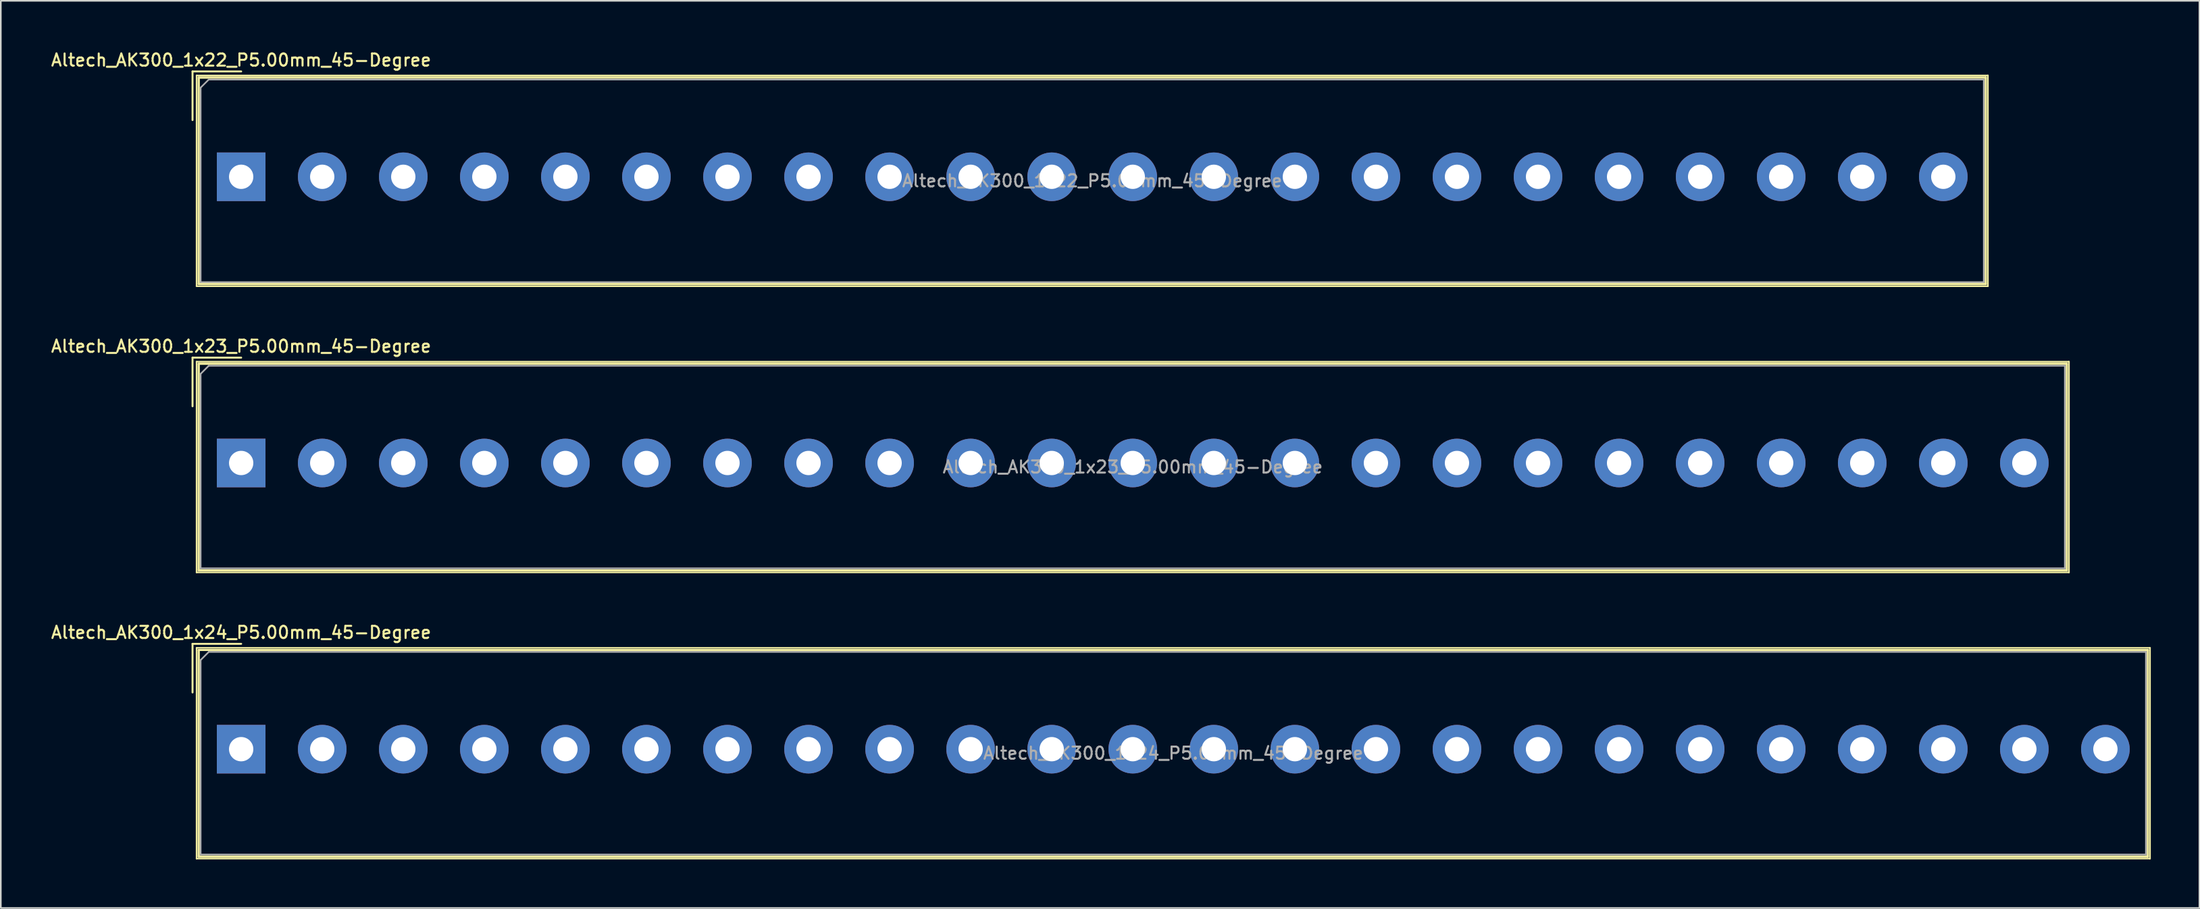
<source format=kicad_pcb>
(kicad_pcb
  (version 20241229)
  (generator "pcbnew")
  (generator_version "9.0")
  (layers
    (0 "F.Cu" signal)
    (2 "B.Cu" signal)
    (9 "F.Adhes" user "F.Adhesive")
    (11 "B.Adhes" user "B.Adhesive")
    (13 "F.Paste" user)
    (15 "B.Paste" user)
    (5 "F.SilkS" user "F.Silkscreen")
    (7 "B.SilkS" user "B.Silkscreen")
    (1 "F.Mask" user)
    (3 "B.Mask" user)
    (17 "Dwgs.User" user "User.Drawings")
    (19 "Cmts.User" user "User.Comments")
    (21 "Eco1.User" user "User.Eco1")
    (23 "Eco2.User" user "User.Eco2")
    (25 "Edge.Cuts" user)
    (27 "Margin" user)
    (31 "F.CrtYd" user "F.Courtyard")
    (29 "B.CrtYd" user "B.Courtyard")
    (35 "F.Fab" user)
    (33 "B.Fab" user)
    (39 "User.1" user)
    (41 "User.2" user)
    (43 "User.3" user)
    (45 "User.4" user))
  (footprint "Altech_AK300_1x22_P5.00mm_45-Degree"
    (layer "F.Cu")
    (at 11.827 7.858)
    (property "Reference" "Altech_AK300_1x22_P5.00mm_45-Degree" (at 0 -7.2 0) (layer "F.SilkS") (effects (font (size 0.75 0.75) (thickness 0.125))))
    (attr through_hole)
    (fp_line (start -3 -6.5) (end 0 -6.5) (stroke (width 0.12) (type solid)) (layer "F.SilkS"))
    (fp_line (start -3 -3.5) (end -3 -6.5) (stroke (width 0.12) (type solid)) (layer "F.SilkS"))
    (fp_line (start -2.75 -6.25) (end -2.75 6.75) (stroke (width 0.1) (type solid)) (layer "F.SilkS"))
    (fp_line (start -2.75 -6.25) (end 107.75 -6.25) (stroke (width 0.1) (type solid)) (layer "F.SilkS"))
    (fp_line (start -2.75 6.75) (end 107.75 6.75) (stroke (width 0.1) (type solid)) (layer "F.SilkS"))
    (fp_line (start -2.62 -6.12) (end -2.62 6.62) (stroke (width 0.12) (type solid)) (layer "F.SilkS"))
    (fp_line (start -2.62 -6.12) (end -2.62 6.62) (stroke (width 0.12) (type solid)) (layer "F.SilkS"))
    (fp_line (start -2.62 -6.12) (end 107.62 -6.12) (stroke (width 0.12) (type solid)) (layer "F.SilkS"))
    (fp_line (start -2.62 -6.12) (end 107.62 -6.12) (stroke (width 0.12) (type solid)) (layer "F.SilkS"))
    (fp_line (start -2.62 6.62) (end 107.62 6.62) (stroke (width 0.12) (type solid)) (layer "F.SilkS"))
    (fp_line (start -2.62 6.62) (end 107.62 6.62) (stroke (width 0.12) (type solid)) (layer "F.SilkS"))
    (fp_line (start 107.62 -6.12) (end 107.62 6.62) (stroke (width 0.12) (type solid)) (layer "F.SilkS"))
    (fp_line (start 107.62 -6.12) (end 107.62 6.62) (stroke (width 0.12) (type solid)) (layer "F.SilkS"))
    (fp_line (start 107.75 -6.25) (end 107.75 6.75) (stroke (width 0.1) (type solid)) (layer "F.SilkS"))
    (fp_line (start -2.5 -5.5) (end -2 -6) (stroke (width 0.1) (type solid)) (layer "F.Fab"))
    (fp_line (start -2.5 6.5) (end -2.5 -5.5) (stroke (width 0.1) (type solid)) (layer "F.Fab"))
    (fp_line (start -2 -6) (end 107.5 -6) (stroke (width 0.1) (type solid)) (layer "F.Fab"))
    (fp_line (start 107.5 -6) (end 107.5 6.5) (stroke (width 0.1) (type solid)) (layer "F.Fab"))
    (fp_line (start 107.5 6.5) (end -2.5 6.5) (stroke (width 0.1) (type solid)) (layer "F.Fab"))
    (fp_text user "${REFERENCE}" (at 52.5 0.25 0) (layer "F.Fab") (effects (font (size 0.75 0.75) (thickness 0.125))))
    (pad "1" thru_hole rect (at 0 0) (size 3 3) (drill 1.5) (layers "*.Cu" "*.Mask"))
    (pad "2" thru_hole circle (at 5 0) (size 3 3) (drill 1.5) (layers "*.Cu" "*.Mask"))
    (pad "3" thru_hole circle (at 10 0) (size 3 3) (drill 1.5) (layers "*.Cu" "*.Mask"))
    (pad "4" thru_hole circle (at 15 0) (size 3 3) (drill 1.5) (layers "*.Cu" "*.Mask"))
    (pad "5" thru_hole circle (at 20 0) (size 3 3) (drill 1.5) (layers "*.Cu" "*.Mask"))
    (pad "6" thru_hole circle (at 25 0) (size 3 3) (drill 1.5) (layers "*.Cu" "*.Mask"))
    (pad "7" thru_hole circle (at 30 0) (size 3 3) (drill 1.5) (layers "*.Cu" "*.Mask"))
    (pad "8" thru_hole circle (at 35 0) (size 3 3) (drill 1.5) (layers "*.Cu" "*.Mask"))
    (pad "9" thru_hole circle (at 40 0) (size 3 3) (drill 1.5) (layers "*.Cu" "*.Mask"))
    (pad "10" thru_hole circle (at 45 0) (size 3 3) (drill 1.5) (layers "*.Cu" "*.Mask"))
    (pad "11" thru_hole circle (at 50 0) (size 3 3) (drill 1.5) (layers "*.Cu" "*.Mask"))
    (pad "12" thru_hole circle (at 55 0) (size 3 3) (drill 1.5) (layers "*.Cu" "*.Mask"))
    (pad "13" thru_hole circle (at 60 0) (size 3 3) (drill 1.5) (layers "*.Cu" "*.Mask"))
    (pad "14" thru_hole circle (at 65 0) (size 3 3) (drill 1.5) (layers "*.Cu" "*.Mask"))
    (pad "15" thru_hole circle (at 70 0) (size 3 3) (drill 1.5) (layers "*.Cu" "*.Mask"))
    (pad "16" thru_hole circle (at 75 0) (size 3 3) (drill 1.5) (layers "*.Cu" "*.Mask"))
    (pad "17" thru_hole circle (at 80 0) (size 3 3) (drill 1.5) (layers "*.Cu" "*.Mask"))
    (pad "18" thru_hole circle (at 85 0) (size 3 3) (drill 1.5) (layers "*.Cu" "*.Mask"))
    (pad "19" thru_hole circle (at 90 0) (size 3 3) (drill 1.5) (layers "*.Cu" "*.Mask"))
    (pad "20" thru_hole circle (at 95 0) (size 3 3) (drill 1.5) (layers "*.Cu" "*.Mask"))
    (pad "21" thru_hole circle (at 100 0) (size 3 3) (drill 1.5) (layers "*.Cu" "*.Mask"))
    (pad "22" thru_hole circle (at 105 0) (size 3 3) (drill 1.5) (layers "*.Cu" "*.Mask")))
  (footprint "Altech_AK300_1x23_P5.00mm_45-Degree"
    (layer "F.Cu")
    (at 11.827 25.516)
    (property "Reference" "Altech_AK300_1x23_P5.00mm_45-Degree" (at 0 -7.2 0) (layer "F.SilkS") (effects (font (size 0.75 0.75) (thickness 0.125))))
    (attr through_hole)
    (fp_line (start -3 -6.5) (end 0 -6.5) (stroke (width 0.12) (type solid)) (layer "F.SilkS"))
    (fp_line (start -3 -3.5) (end -3 -6.5) (stroke (width 0.12) (type solid)) (layer "F.SilkS"))
    (fp_line (start -2.75 -6.25) (end -2.75 6.75) (stroke (width 0.1) (type solid)) (layer "F.SilkS"))
    (fp_line (start -2.75 -6.25) (end 112.75 -6.25) (stroke (width 0.1) (type solid)) (layer "F.SilkS"))
    (fp_line (start -2.75 6.75) (end 112.75 6.75) (stroke (width 0.1) (type solid)) (layer "F.SilkS"))
    (fp_line (start -2.62 -6.12) (end -2.62 6.62) (stroke (width 0.12) (type solid)) (layer "F.SilkS"))
    (fp_line (start -2.62 -6.12) (end -2.62 6.62) (stroke (width 0.12) (type solid)) (layer "F.SilkS"))
    (fp_line (start -2.62 -6.12) (end 112.62 -6.12) (stroke (width 0.12) (type solid)) (layer "F.SilkS"))
    (fp_line (start -2.62 -6.12) (end 112.62 -6.12) (stroke (width 0.12) (type solid)) (layer "F.SilkS"))
    (fp_line (start -2.62 6.62) (end 112.62 6.62) (stroke (width 0.12) (type solid)) (layer "F.SilkS"))
    (fp_line (start -2.62 6.62) (end 112.62 6.62) (stroke (width 0.12) (type solid)) (layer "F.SilkS"))
    (fp_line (start 112.62 -6.12) (end 112.62 6.62) (stroke (width 0.12) (type solid)) (layer "F.SilkS"))
    (fp_line (start 112.62 -6.12) (end 112.62 6.62) (stroke (width 0.12) (type solid)) (layer "F.SilkS"))
    (fp_line (start 112.75 -6.25) (end 112.75 6.75) (stroke (width 0.1) (type solid)) (layer "F.SilkS"))
    (fp_line (start -2.5 -5.5) (end -2 -6) (stroke (width 0.1) (type solid)) (layer "F.Fab"))
    (fp_line (start -2.5 6.5) (end -2.5 -5.5) (stroke (width 0.1) (type solid)) (layer "F.Fab"))
    (fp_line (start -2 -6) (end 112.5 -6) (stroke (width 0.1) (type solid)) (layer "F.Fab"))
    (fp_line (start 112.5 -6) (end 112.5 6.5) (stroke (width 0.1) (type solid)) (layer "F.Fab"))
    (fp_line (start 112.5 6.5) (end -2.5 6.5) (stroke (width 0.1) (type solid)) (layer "F.Fab"))
    (fp_text user "${REFERENCE}" (at 55 0.25 0) (layer "F.Fab") (effects (font (size 0.75 0.75) (thickness 0.125))))
    (pad "1" thru_hole rect (at 0 0) (size 3 3) (drill 1.5) (layers "*.Cu" "*.Mask"))
    (pad "2" thru_hole circle (at 5 0) (size 3 3) (drill 1.5) (layers "*.Cu" "*.Mask"))
    (pad "3" thru_hole circle (at 10 0) (size 3 3) (drill 1.5) (layers "*.Cu" "*.Mask"))
    (pad "4" thru_hole circle (at 15 0) (size 3 3) (drill 1.5) (layers "*.Cu" "*.Mask"))
    (pad "5" thru_hole circle (at 20 0) (size 3 3) (drill 1.5) (layers "*.Cu" "*.Mask"))
    (pad "6" thru_hole circle (at 25 0) (size 3 3) (drill 1.5) (layers "*.Cu" "*.Mask"))
    (pad "7" thru_hole circle (at 30 0) (size 3 3) (drill 1.5) (layers "*.Cu" "*.Mask"))
    (pad "8" thru_hole circle (at 35 0) (size 3 3) (drill 1.5) (layers "*.Cu" "*.Mask"))
    (pad "9" thru_hole circle (at 40 0) (size 3 3) (drill 1.5) (layers "*.Cu" "*.Mask"))
    (pad "10" thru_hole circle (at 45 0) (size 3 3) (drill 1.5) (layers "*.Cu" "*.Mask"))
    (pad "11" thru_hole circle (at 50 0) (size 3 3) (drill 1.5) (layers "*.Cu" "*.Mask"))
    (pad "12" thru_hole circle (at 55 0) (size 3 3) (drill 1.5) (layers "*.Cu" "*.Mask"))
    (pad "13" thru_hole circle (at 60 0) (size 3 3) (drill 1.5) (layers "*.Cu" "*.Mask"))
    (pad "14" thru_hole circle (at 65 0) (size 3 3) (drill 1.5) (layers "*.Cu" "*.Mask"))
    (pad "15" thru_hole circle (at 70 0) (size 3 3) (drill 1.5) (layers "*.Cu" "*.Mask"))
    (pad "16" thru_hole circle (at 75 0) (size 3 3) (drill 1.5) (layers "*.Cu" "*.Mask"))
    (pad "17" thru_hole circle (at 80 0) (size 3 3) (drill 1.5) (layers "*.Cu" "*.Mask"))
    (pad "18" thru_hole circle (at 85 0) (size 3 3) (drill 1.5) (layers "*.Cu" "*.Mask"))
    (pad "19" thru_hole circle (at 90 0) (size 3 3) (drill 1.5) (layers "*.Cu" "*.Mask"))
    (pad "20" thru_hole circle (at 95 0) (size 3 3) (drill 1.5) (layers "*.Cu" "*.Mask"))
    (pad "21" thru_hole circle (at 100 0) (size 3 3) (drill 1.5) (layers "*.Cu" "*.Mask"))
    (pad "22" thru_hole circle (at 105 0) (size 3 3) (drill 1.5) (layers "*.Cu" "*.Mask"))
    (pad "23" thru_hole circle (at 110 0) (size 3 3) (drill 1.5) (layers "*.Cu" "*.Mask")))
  (footprint "Altech_AK300_1x24_P5.00mm_45-Degree"
    (layer "F.Cu")
    (at 11.827 43.174)
    (property "Reference" "Altech_AK300_1x24_P5.00mm_45-Degree" (at 0 -7.2 0) (layer "F.SilkS") (effects (font (size 0.75 0.75) (thickness 0.125))))
    (attr through_hole)
    (fp_line (start -3 -6.5) (end 0 -6.5) (stroke (width 0.12) (type solid)) (layer "F.SilkS"))
    (fp_line (start -3 -3.5) (end -3 -6.5) (stroke (width 0.12) (type solid)) (layer "F.SilkS"))
    (fp_line (start -2.75 -6.25) (end -2.75 6.75) (stroke (width 0.1) (type solid)) (layer "F.SilkS"))
    (fp_line (start -2.75 -6.25) (end 117.75 -6.25) (stroke (width 0.1) (type solid)) (layer "F.SilkS"))
    (fp_line (start -2.75 6.75) (end 117.75 6.75) (stroke (width 0.1) (type solid)) (layer "F.SilkS"))
    (fp_line (start -2.62 -6.12) (end -2.62 6.62) (stroke (width 0.12) (type solid)) (layer "F.SilkS"))
    (fp_line (start -2.62 -6.12) (end -2.62 6.62) (stroke (width 0.12) (type solid)) (layer "F.SilkS"))
    (fp_line (start -2.62 -6.12) (end 117.62 -6.12) (stroke (width 0.12) (type solid)) (layer "F.SilkS"))
    (fp_line (start -2.62 -6.12) (end 117.62 -6.12) (stroke (width 0.12) (type solid)) (layer "F.SilkS"))
    (fp_line (start -2.62 6.62) (end 117.62 6.62) (stroke (width 0.12) (type solid)) (layer "F.SilkS"))
    (fp_line (start -2.62 6.62) (end 117.62 6.62) (stroke (width 0.12) (type solid)) (layer "F.SilkS"))
    (fp_line (start 117.62 -6.12) (end 117.62 6.62) (stroke (width 0.12) (type solid)) (layer "F.SilkS"))
    (fp_line (start 117.62 -6.12) (end 117.62 6.62) (stroke (width 0.12) (type solid)) (layer "F.SilkS"))
    (fp_line (start 117.75 -6.25) (end 117.75 6.75) (stroke (width 0.1) (type solid)) (layer "F.SilkS"))
    (fp_line (start -2.5 -5.5) (end -2 -6) (stroke (width 0.1) (type solid)) (layer "F.Fab"))
    (fp_line (start -2.5 6.5) (end -2.5 -5.5) (stroke (width 0.1) (type solid)) (layer "F.Fab"))
    (fp_line (start -2 -6) (end 117.5 -6) (stroke (width 0.1) (type solid)) (layer "F.Fab"))
    (fp_line (start 117.5 -6) (end 117.5 6.5) (stroke (width 0.1) (type solid)) (layer "F.Fab"))
    (fp_line (start 117.5 6.5) (end -2.5 6.5) (stroke (width 0.1) (type solid)) (layer "F.Fab"))
    (fp_text user "${REFERENCE}" (at 57.5 0.25 0) (layer "F.Fab") (effects (font (size 0.75 0.75) (thickness 0.125))))
    (pad "1" thru_hole rect (at 0 0) (size 3 3) (drill 1.5) (layers "*.Cu" "*.Mask"))
    (pad "2" thru_hole circle (at 5 0) (size 3 3) (drill 1.5) (layers "*.Cu" "*.Mask"))
    (pad "3" thru_hole circle (at 10 0) (size 3 3) (drill 1.5) (layers "*.Cu" "*.Mask"))
    (pad "4" thru_hole circle (at 15 0) (size 3 3) (drill 1.5) (layers "*.Cu" "*.Mask"))
    (pad "5" thru_hole circle (at 20 0) (size 3 3) (drill 1.5) (layers "*.Cu" "*.Mask"))
    (pad "6" thru_hole circle (at 25 0) (size 3 3) (drill 1.5) (layers "*.Cu" "*.Mask"))
    (pad "7" thru_hole circle (at 30 0) (size 3 3) (drill 1.5) (layers "*.Cu" "*.Mask"))
    (pad "8" thru_hole circle (at 35 0) (size 3 3) (drill 1.5) (layers "*.Cu" "*.Mask"))
    (pad "9" thru_hole circle (at 40 0) (size 3 3) (drill 1.5) (layers "*.Cu" "*.Mask"))
    (pad "10" thru_hole circle (at 45 0) (size 3 3) (drill 1.5) (layers "*.Cu" "*.Mask"))
    (pad "11" thru_hole circle (at 50 0) (size 3 3) (drill 1.5) (layers "*.Cu" "*.Mask"))
    (pad "12" thru_hole circle (at 55 0) (size 3 3) (drill 1.5) (layers "*.Cu" "*.Mask"))
    (pad "13" thru_hole circle (at 60 0) (size 3 3) (drill 1.5) (layers "*.Cu" "*.Mask"))
    (pad "14" thru_hole circle (at 65 0) (size 3 3) (drill 1.5) (layers "*.Cu" "*.Mask"))
    (pad "15" thru_hole circle (at 70 0) (size 3 3) (drill 1.5) (layers "*.Cu" "*.Mask"))
    (pad "16" thru_hole circle (at 75 0) (size 3 3) (drill 1.5) (layers "*.Cu" "*.Mask"))
    (pad "17" thru_hole circle (at 80 0) (size 3 3) (drill 1.5) (layers "*.Cu" "*.Mask"))
    (pad "18" thru_hole circle (at 85 0) (size 3 3) (drill 1.5) (layers "*.Cu" "*.Mask"))
    (pad "19" thru_hole circle (at 90 0) (size 3 3) (drill 1.5) (layers "*.Cu" "*.Mask"))
    (pad "20" thru_hole circle (at 95 0) (size 3 3) (drill 1.5) (layers "*.Cu" "*.Mask"))
    (pad "21" thru_hole circle (at 100 0) (size 3 3) (drill 1.5) (layers "*.Cu" "*.Mask"))
    (pad "22" thru_hole circle (at 105 0) (size 3 3) (drill 1.5) (layers "*.Cu" "*.Mask"))
    (pad "23" thru_hole circle (at 110 0) (size 3 3) (drill 1.5) (layers "*.Cu" "*.Mask"))
    (pad "24" thru_hole circle (at 115 0) (size 3 3) (drill 1.5) (layers "*.Cu" "*.Mask")))
  (gr_rect
    (start -3 -3)
    (end 132.627 52.974)
    (stroke (width 0.1) (type default))
    (fill no)
    (layer "Edge.Cuts")))
</source>
